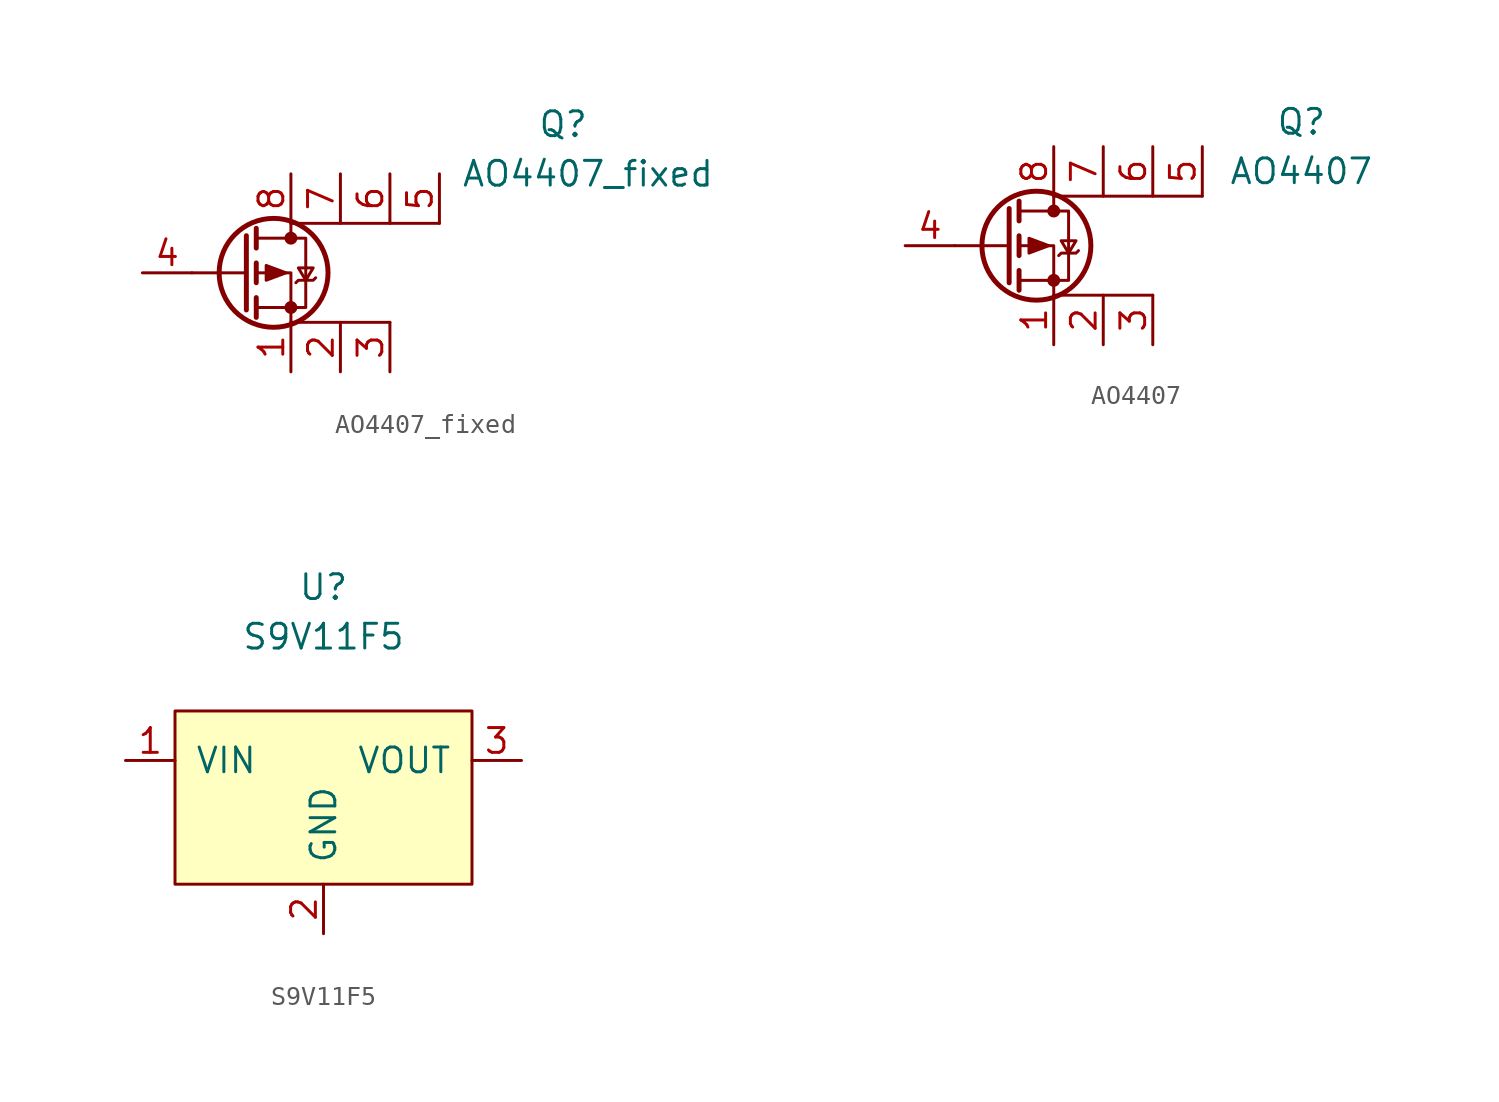
<source format=kicad_sym>
(kicad_symbol_lib
  (version 20211014)
  (generator kicad_symbol_editor)
  (symbol "AO4407_fixed"
    (pin_names
      (offset 1.016))
    (property "Reference" "Q"
      (at 13.97 7.62 0)
      (effects (font (size 1.27 1.27))))
    (property "Value" "AO4407_fixed"
      (at 15.24 5.08 0)
      (effects (font (size 1.27 1.27))))
    (symbol "AO4407_fixed_1_1"
      (circle (center -0.889 0) (radius 2.794) (stroke (width 0.254) (type default) (color 0 0 0 0)) (fill (type none)))
      (circle (center 0 -1.778) (radius 0.254) (stroke (width 0) (type default) (color 0 0 0 0)) (fill (type outline)))
      (polyline (pts (xy -2.286 0) (xy -5.08 0)) (stroke (width 0) (type default) (color 0 0 0 0)) (fill (type none)))
      (polyline (pts (xy -2.286 1.905) (xy -2.286 -1.905)) (stroke (width 0.254) (type default) (color 0 0 0 0)) (fill (type none)))
      (polyline (pts (xy -1.778 -1.27) (xy -1.778 -2.286)) (stroke (width 0.254) (type default) (color 0 0 0 0)) (fill (type none)))
      (polyline (pts (xy -1.778 0.508) (xy -1.778 -0.508)) (stroke (width 0.254) (type default) (color 0 0 0 0)) (fill (type none)))
      (polyline (pts (xy -1.778 2.286) (xy -1.778 1.27)) (stroke (width 0.254) (type default) (color 0 0 0 0)) (fill (type none)))
      (polyline (pts (xy 0 -2.54) (xy 5.08 -2.54)) (stroke (width 0) (type default) (color 0 0 0 0)) (fill (type none)))
      (polyline (pts (xy 0 2.54) (xy 0 1.778)) (stroke (width 0) (type default) (color 0 0 0 0)) (fill (type none)))
      (polyline (pts (xy 0 2.54) (xy 7.62 2.54)) (stroke (width 0) (type default) (color 0 0 0 0)) (fill (type none)))
      (polyline (pts (xy 0 -2.54) (xy 0 0) (xy -1.778 0)) (stroke (width 0) (type default) (color 0 0 0 0)) (fill (type none)))
      (polyline (pts (xy -1.778 1.778) (xy 0.762 1.778) (xy 0.762 -1.778) (xy -1.778 -1.778)) (stroke (width 0) (type default) (color 0 0 0 0)) (fill (type none)))
      (polyline (pts (xy -0.254 0) (xy -1.27 0.381) (xy -1.27 -0.381) (xy -0.254 0)) (stroke (width 0) (type default) (color 0 0 0 0)) (fill (type outline)))
      (polyline (pts (xy 0.254 -0.508) (xy 0.381 -0.381) (xy 1.143 -0.381) (xy 1.27 -0.254)) (stroke (width 0) (type default) (color 0 0 0 0)) (fill (type none)))
      (polyline (pts (xy 0.762 -0.381) (xy 0.381 0.254) (xy 1.143 0.254) (xy 0.762 -0.381)) (stroke (width 0) (type default) (color 0 0 0 0)) (fill (type none)))
      (circle (center 0 1.778) (radius 0.254) (stroke (width 0) (type default) (color 0 0 0 0)) (fill (type outline)))
      (pin passive line (at 0 -5.08 90) (length 2.54) (name "~" (effects (font (size 1.27 1.27)))) (number "1" (effects (font (size 1.27 1.27)))))
      (pin passive line (at 2.54 -5.08 90) (length 2.54) (name "~" (effects (font (size 1.27 1.27)))) (number "2" (effects (font (size 1.27 1.27)))))
      (pin passive line (at 5.08 -5.08 90) (length 2.54) (name "~" (effects (font (size 1.27 1.27)))) (number "3" (effects (font (size 1.27 1.27)))))
      (pin passive line (at -7.62 0 0) (length 2.54) (name "~" (effects (font (size 1.27 1.27)))) (number "4" (effects (font (size 1.27 1.27)))))
      (pin passive line (at 7.62 5.08 270) (length 2.54) (name "~" (effects (font (size 1.27 1.27)))) (number "5" (effects (font (size 1.27 1.27)))))
      (pin passive line (at 5.08 5.08 270) (length 2.54) (name "~" (effects (font (size 1.27 1.27)))) (number "6" (effects (font (size 1.27 1.27)))))
      (pin passive line (at 2.54 5.08 270) (length 2.54) (name "~" (effects (font (size 1.27 1.27)))) (number "7" (effects (font (size 1.27 1.27)))))
      (pin passive line (at 0 5.08 270) (length 2.54) (name "~" (effects (font (size 1.27 1.27)))) (number "8" (effects (font (size 1.27 1.27)))))))
  (symbol "AO4407"
    (pin_names
      (offset 1.016))
    (property "Reference" "Q"
      (at 12.7 6.35 0)
      (effects (font (size 1.27 1.27))))
    (property "Value" "AO4407"
      (at 12.7 3.81 0)
      (effects (font (size 1.27 1.27))))
    (symbol "AO4407_0_1"
      (polyline (pts (xy 0 -2.54) (xy 5.08 -2.54)) (stroke (width 0) (type default) (color 0 0 0 0)) (fill (type none)))
      (polyline (pts (xy 0 2.54) (xy 7.62 2.54)) (stroke (width 0) (type default) (color 0 0 0 0)) (fill (type none))))
    (symbol "AO4407_1_1"
      (circle (center -0.889 0) (radius 2.794) (stroke (width 0.254) (type default) (color 0 0 0 0)) (fill (type none)))
      (circle (center 0 -1.778) (radius 0.254) (stroke (width 0) (type default) (color 0 0 0 0)) (fill (type outline)))
      (polyline (pts (xy -2.286 0) (xy -5.08 0)) (stroke (width 0) (type default) (color 0 0 0 0)) (fill (type none)))
      (polyline (pts (xy -2.286 1.905) (xy -2.286 -1.905)) (stroke (width 0.254) (type default) (color 0 0 0 0)) (fill (type none)))
      (polyline (pts (xy -1.778 -1.27) (xy -1.778 -2.286)) (stroke (width 0.254) (type default) (color 0 0 0 0)) (fill (type none)))
      (polyline (pts (xy -1.778 0.508) (xy -1.778 -0.508)) (stroke (width 0.254) (type default) (color 0 0 0 0)) (fill (type none)))
      (polyline (pts (xy -1.778 2.286) (xy -1.778 1.27)) (stroke (width 0.254) (type default) (color 0 0 0 0)) (fill (type none)))
      (polyline (pts (xy 0 2.54) (xy 0 1.778)) (stroke (width 0) (type default) (color 0 0 0 0)) (fill (type none)))
      (polyline (pts (xy 0 -2.54) (xy 0 0) (xy -1.778 0)) (stroke (width 0) (type default) (color 0 0 0 0)) (fill (type none)))
      (polyline (pts (xy -1.778 1.778) (xy 0.762 1.778) (xy 0.762 -1.778) (xy -1.778 -1.778)) (stroke (width 0) (type default) (color 0 0 0 0)) (fill (type none)))
      (polyline (pts (xy -0.254 0) (xy -1.27 0.381) (xy -1.27 -0.381) (xy -0.254 0)) (stroke (width 0) (type default) (color 0 0 0 0)) (fill (type outline)))
      (polyline (pts (xy 0.254 -0.508) (xy 0.381 -0.381) (xy 1.143 -0.381) (xy 1.27 -0.254)) (stroke (width 0) (type default) (color 0 0 0 0)) (fill (type none)))
      (polyline (pts (xy 0.762 -0.381) (xy 0.381 0.254) (xy 1.143 0.254) (xy 0.762 -0.381)) (stroke (width 0) (type default) (color 0 0 0 0)) (fill (type none)))
      (circle (center 0 1.778) (radius 0.254) (stroke (width 0) (type default) (color 0 0 0 0)) (fill (type outline)))
      (pin passive line (at 0 -5.08 90) (length 2.54) (name "~" (effects (font (size 1.27 1.27)))) (number "1" (effects (font (size 1.27 1.27)))))
      (pin passive line (at 2.54 -5.08 90) (length 2.54) (name "~" (effects (font (size 1.27 1.27)))) (number "2" (effects (font (size 1.27 1.27)))))
      (pin passive line (at 5.08 -5.08 90) (length 2.54) (name "~" (effects (font (size 1.27 1.27)))) (number "3" (effects (font (size 1.27 1.27)))))
      (pin passive line (at -7.62 0 0) (length 2.54) (name "~" (effects (font (size 1.27 1.27)))) (number "4" (effects (font (size 1.27 1.27)))))
      (pin passive line (at 7.62 5.08 270) (length 2.54) (name "~" (effects (font (size 1.27 1.27)))) (number "5" (effects (font (size 1.27 1.27)))))
      (pin passive line (at 5.08 5.08 270) (length 2.54) (name "~" (effects (font (size 1.27 1.27)))) (number "6" (effects (font (size 1.27 1.27)))))
      (pin passive line (at 2.54 5.08 270) (length 2.54) (name "~" (effects (font (size 1.27 1.27)))) (number "7" (effects (font (size 1.27 1.27)))))
      (pin passive line (at 0 5.08 270) (length 2.54) (name "~" (effects (font (size 1.27 1.27)))) (number "8" (effects (font (size 1.27 1.27)))))))
  (symbol "S9V11F5"
    (pin_names
      (offset 1.016))
    (property "Reference" "U"
      (at 0 11.43 0)
      (effects (font (size 1.27 1.27))))
    (property "Value" "S9V11F5"
      (at 0 8.89 0)
      (effects (font (size 1.27 1.27))))
    (symbol "S9V11F5_0_1"
      (rectangle (start 7.62 -3.81) (end -7.62 5.08) (stroke (width 0) (type default) (color 0 0 0 0)) (fill (type background))))
    (symbol "S9V11F5_1_1"
      (pin power_in line (at -10.16 2.54 0) (length 2.54) (name "VIN" (effects (font (size 1.27 1.27)))) (number "1" (effects (font (size 1.27 1.27)))))
      (pin power_in line (at 0 -6.35 90) (length 2.54) (name "GND" (effects (font (size 1.27 1.27)))) (number "2" (effects (font (size 1.27 1.27)))))
      (pin power_out line (at 10.16 2.54 180) (length 2.54) (name "VOUT" (effects (font (size 1.27 1.27)))) (number "3" (effects (font (size 1.27 1.27))))))))
</source>
